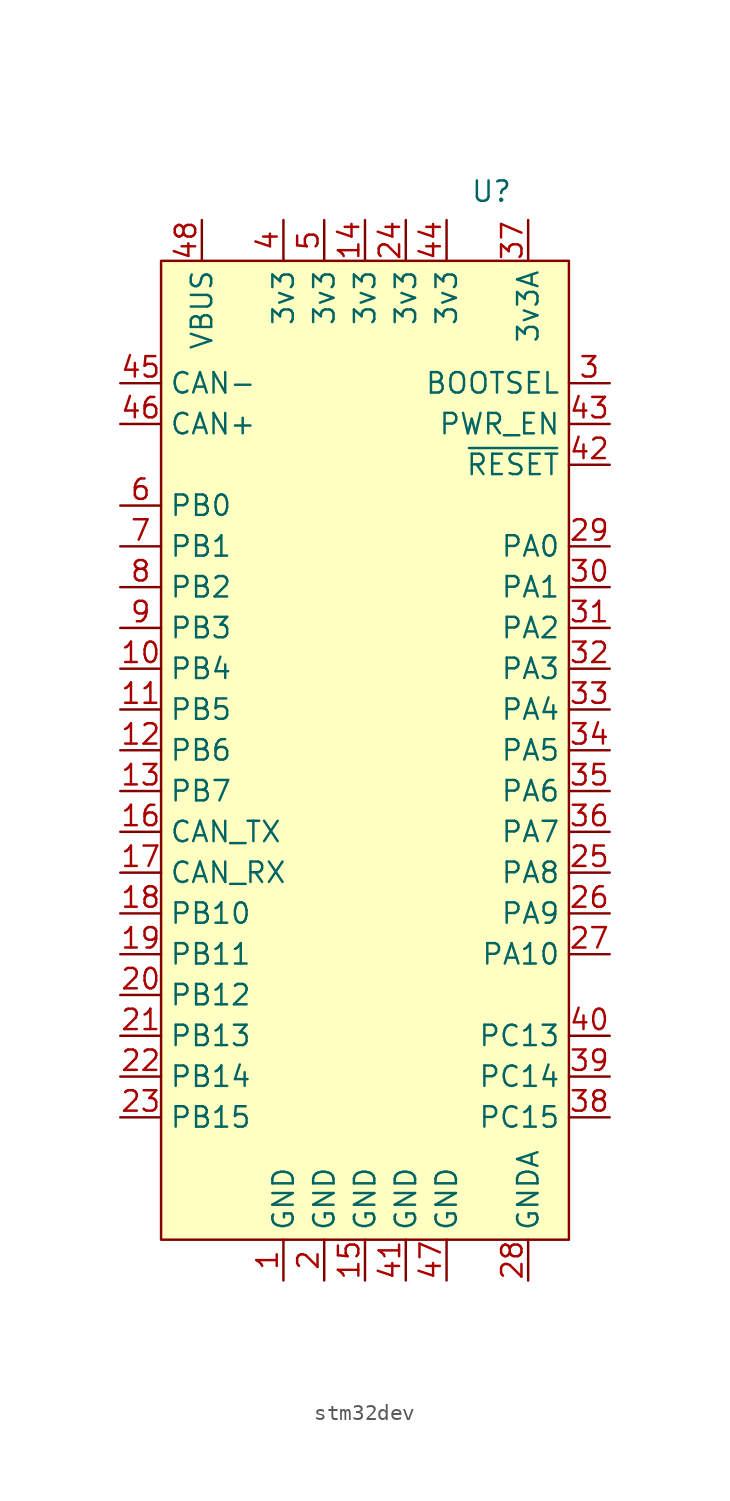
<source format=kicad_sym>
(kicad_symbol_lib
  (version 20231120)
  (generator "kicad_symbol_editor")
  (generator_version "8.0")
  (symbol "stm32dev"
    (property "Reference" "U"
      (at 7.874 34.798 0)
      (effects (font (size 1.27 1.27))))
    (property "Value" ""
      (at 15.107 18.906 0)
      (effects (font (size 1.27 1.27))))
    (symbol "stm32dev_1_1"
      (rectangle (start -12.7 30.48) (end 12.7 -30.48) (stroke (width 0) (type default)) (fill (type background)))
      (pin input line (at -5.08 -33.02 90) (length 2.54) (name "GND" (effects (font (size 1.27 1.27)))) (number "1" (effects (font (size 1.27 1.27)))))
      (pin bidirectional line (at -15.24 5.08 0) (length 2.54) (name "PB4" (effects (font (size 1.27 1.27)))) (number "10" (effects (font (size 1.27 1.27)))))
      (pin bidirectional line (at -15.24 2.54 0) (length 2.54) (name "PB5" (effects (font (size 1.27 1.27)))) (number "11" (effects (font (size 1.27 1.27)))))
      (pin bidirectional line (at -15.24 0 0) (length 2.54) (name "PB6" (effects (font (size 1.27 1.27)))) (number "12" (effects (font (size 1.27 1.27)))))
      (pin bidirectional line (at -15.24 -2.54 0) (length 2.54) (name "PB7" (effects (font (size 1.27 1.27)))) (number "13" (effects (font (size 1.27 1.27)))))
      (pin input line (at 0 33.02 270) (length 2.54) (name "3v3" (effects (font (size 1.27 1.27)))) (number "14" (effects (font (size 1.27 1.27)))))
      (pin input line (at 0 -33.02 90) (length 2.54) (name "GND" (effects (font (size 1.27 1.27)))) (number "15" (effects (font (size 1.27 1.27)))))
      (pin bidirectional line (at -15.24 -5.08 0) (length 2.54) (name "CAN_TX" (effects (font (size 1.27 1.27)))) (number "16" (effects (font (size 1.27 1.27)))) (alternate "PB8" input line))
      (pin bidirectional line (at -15.24 -7.62 0) (length 2.54) (name "CAN_RX" (effects (font (size 1.27 1.27)))) (number "17" (effects (font (size 1.27 1.27)))) (alternate "PB9" input line))
      (pin bidirectional line (at -15.24 -10.16 0) (length 2.54) (name "PB10" (effects (font (size 1.27 1.27)))) (number "18" (effects (font (size 1.27 1.27)))))
      (pin bidirectional line (at -15.24 -12.7 0) (length 2.54) (name "PB11" (effects (font (size 1.27 1.27)))) (number "19" (effects (font (size 1.27 1.27)))))
      (pin input line (at -2.54 -33.02 90) (length 2.54) (name "GND" (effects (font (size 1.27 1.27)))) (number "2" (effects (font (size 1.27 1.27)))))
      (pin bidirectional line (at -15.24 -15.24 0) (length 2.54) (name "PB12" (effects (font (size 1.27 1.27)))) (number "20" (effects (font (size 1.27 1.27)))))
      (pin bidirectional line (at -15.24 -17.78 0) (length 2.54) (name "PB13" (effects (font (size 1.27 1.27)))) (number "21" (effects (font (size 1.27 1.27)))))
      (pin bidirectional line (at -15.24 -20.32 0) (length 2.54) (name "PB14" (effects (font (size 1.27 1.27)))) (number "22" (effects (font (size 1.27 1.27)))))
      (pin bidirectional line (at -15.24 -22.86 0) (length 2.54) (name "PB15" (effects (font (size 1.27 1.27)))) (number "23" (effects (font (size 1.27 1.27)))))
      (pin input line (at 2.54 33.02 270) (length 2.54) (name "3v3" (effects (font (size 1.27 1.27)))) (number "24" (effects (font (size 1.27 1.27)))))
      (pin bidirectional line (at 15.24 -7.62 180) (length 2.54) (name "PA8" (effects (font (size 1.27 1.27)))) (number "25" (effects (font (size 1.27 1.27)))))
      (pin bidirectional line (at 15.24 -10.16 180) (length 2.54) (name "PA9" (effects (font (size 1.27 1.27)))) (number "26" (effects (font (size 1.27 1.27)))))
      (pin bidirectional line (at 15.24 -12.7 180) (length 2.54) (name "PA10" (effects (font (size 1.27 1.27)))) (number "27" (effects (font (size 1.27 1.27)))))
      (pin power_out line (at 10.16 -33.02 90) (length 2.54) (name "GNDA" (effects (font (size 1.27 1.27)))) (number "28" (effects (font (size 1.27 1.27)))))
      (pin bidirectional line (at 15.24 12.7 180) (length 2.54) (name "PA0" (effects (font (size 1.27 1.27)))) (number "29" (effects (font (size 1.27 1.27)))))
      (pin input line (at 15.24 22.86 180) (length 2.54) (name "BOOTSEL" (effects (font (size 1.27 1.27)))) (number "3" (effects (font (size 1.27 1.27)))) (alternate "PF11" input line))
      (pin bidirectional line (at 15.24 10.16 180) (length 2.54) (name "PA1" (effects (font (size 1.27 1.27)))) (number "30" (effects (font (size 1.27 1.27)))))
      (pin bidirectional line (at 15.24 7.62 180) (length 2.54) (name "PA2" (effects (font (size 1.27 1.27)))) (number "31" (effects (font (size 1.27 1.27)))))
      (pin bidirectional line (at 15.24 5.08 180) (length 2.54) (name "PA3" (effects (font (size 1.27 1.27)))) (number "32" (effects (font (size 1.27 1.27)))))
      (pin bidirectional line (at 15.24 2.54 180) (length 2.54) (name "PA4" (effects (font (size 1.27 1.27)))) (number "33" (effects (font (size 1.27 1.27)))))
      (pin bidirectional line (at 15.24 0 180) (length 2.54) (name "PA5" (effects (font (size 1.27 1.27)))) (number "34" (effects (font (size 1.27 1.27)))))
      (pin bidirectional line (at 15.24 -2.54 180) (length 2.54) (name "PA6" (effects (font (size 1.27 1.27)))) (number "35" (effects (font (size 1.27 1.27)))))
      (pin bidirectional line (at 15.24 -5.08 180) (length 2.54) (name "PA7" (effects (font (size 1.27 1.27)))) (number "36" (effects (font (size 1.27 1.27)))))
      (pin power_out line (at 10.16 33.02 270) (length 2.54) (name "3v3A" (effects (font (size 1.27 1.27)))) (number "37" (effects (font (size 1.27 1.27)))))
      (pin bidirectional line (at 15.24 -22.86 180) (length 2.54) (name "PC15" (effects (font (size 1.27 1.27)))) (number "38" (effects (font (size 1.27 1.27)))))
      (pin bidirectional line (at 15.24 -20.32 180) (length 2.54) (name "PC14" (effects (font (size 1.27 1.27)))) (number "39" (effects (font (size 1.27 1.27)))))
      (pin input line (at -5.08 33.02 270) (length 2.54) (name "3v3" (effects (font (size 1.27 1.27)))) (number "4" (effects (font (size 1.27 1.27)))))
      (pin bidirectional line (at 15.24 -17.78 180) (length 2.54) (name "PC13" (effects (font (size 1.27 1.27)))) (number "40" (effects (font (size 1.27 1.27)))))
      (pin input line (at 2.54 -33.02 90) (length 2.54) (name "GND" (effects (font (size 1.27 1.27)))) (number "41" (effects (font (size 1.27 1.27)))))
      (pin input line (at 15.24 17.78 180) (length 2.54) (name "~{RESET}" (effects (font (size 1.27 1.27)))) (number "42" (effects (font (size 1.27 1.27)))))
      (pin input line (at 15.24 20.32 180) (length 2.54) (name "PWR_EN" (effects (font (size 1.27 1.27)))) (number "43" (effects (font (size 1.27 1.27)))))
      (pin input line (at 5.08 33.02 270) (length 2.54) (name "3v3" (effects (font (size 1.27 1.27)))) (number "44" (effects (font (size 1.27 1.27)))))
      (pin bidirectional line (at -15.24 22.86 0) (length 2.54) (name "CAN-" (effects (font (size 1.27 1.27)))) (number "45" (effects (font (size 1.27 1.27)))))
      (pin bidirectional line (at -15.24 20.32 0) (length 2.54) (name "CAN+" (effects (font (size 1.27 1.27)))) (number "46" (effects (font (size 1.27 1.27)))))
      (pin input line (at 5.08 -33.02 90) (length 2.54) (name "GND" (effects (font (size 1.27 1.27)))) (number "47" (effects (font (size 1.27 1.27)))))
      (pin power_in line (at -10.16 33.02 270) (length 2.54) (name "VBUS" (effects (font (size 1.27 1.27)))) (number "48" (effects (font (size 1.27 1.27)))))
      (pin input line (at -2.54 33.02 270) (length 2.54) (name "3v3" (effects (font (size 1.27 1.27)))) (number "5" (effects (font (size 1.27 1.27)))))
      (pin bidirectional line (at -15.24 15.24 0) (length 2.54) (name "PB0" (effects (font (size 1.27 1.27)))) (number "6" (effects (font (size 1.27 1.27)))))
      (pin bidirectional line (at -15.24 12.7 0) (length 2.54) (name "PB1" (effects (font (size 1.27 1.27)))) (number "7" (effects (font (size 1.27 1.27)))))
      (pin bidirectional line (at -15.24 10.16 0) (length 2.54) (name "PB2" (effects (font (size 1.27 1.27)))) (number "8" (effects (font (size 1.27 1.27)))))
      (pin bidirectional line (at -15.24 7.62 0) (length 2.54) (name "PB3" (effects (font (size 1.27 1.27)))) (number "9" (effects (font (size 1.27 1.27))))))))
</source>
